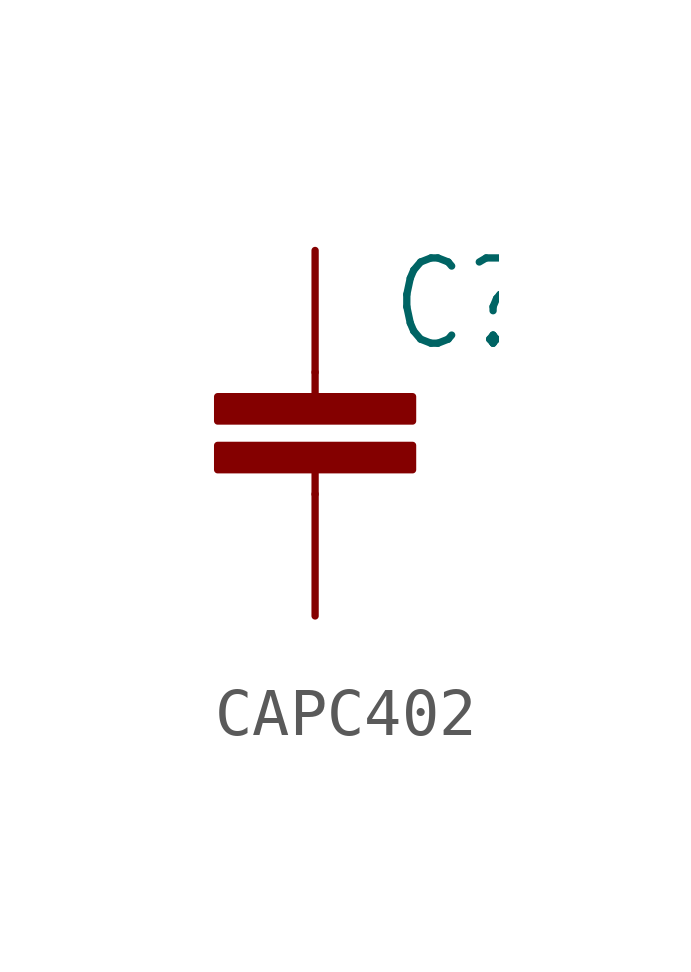
<source format=kicad_sym>
(kicad_symbol_lib
  (version 20220914)
  (generator kicad_symbol_editor)
  (symbol "CAPC402"
    (property "Reference" "C"
      (at 1.524 2.921 0)
      (effects (font (size 1.778 1.511)) (justify left bottom)))
    (property "Value" ""
      (at 1.524 -2.159 0)
      (effects (font (size 1.778 1.511)) (justify left bottom)))
    (property "ki_locked" ""
      (at 0 0 0)
      (effects (font (size 1.27 1.27))))
    (symbol "CAPC402_1_0"
      (rectangle (start -2.032 0.508) (end 2.032 1.016) (stroke (width 0) (type default)) (fill (type outline)))
      (rectangle (start -2.032 1.524) (end 2.032 2.032) (stroke (width 0) (type default)) (fill (type outline)))
      (polyline (pts (xy 0 0) (xy 0 0.508)) (stroke (width 0.152) (type solid)) (fill (type none)))
      (polyline (pts (xy 0 2.54) (xy 0 2.032)) (stroke (width 0.152) (type solid)) (fill (type none)))
      (pin passive line (at 0 5.08 270) (length 2.54) (name "1" (effects (font (size 0 0)))) (number "1" (effects (font (size 0 0)))))
      (pin passive line (at 0 -2.54 90) (length 2.54) (name "2" (effects (font (size 0 0)))) (number "2" (effects (font (size 0 0))))))))
</source>
